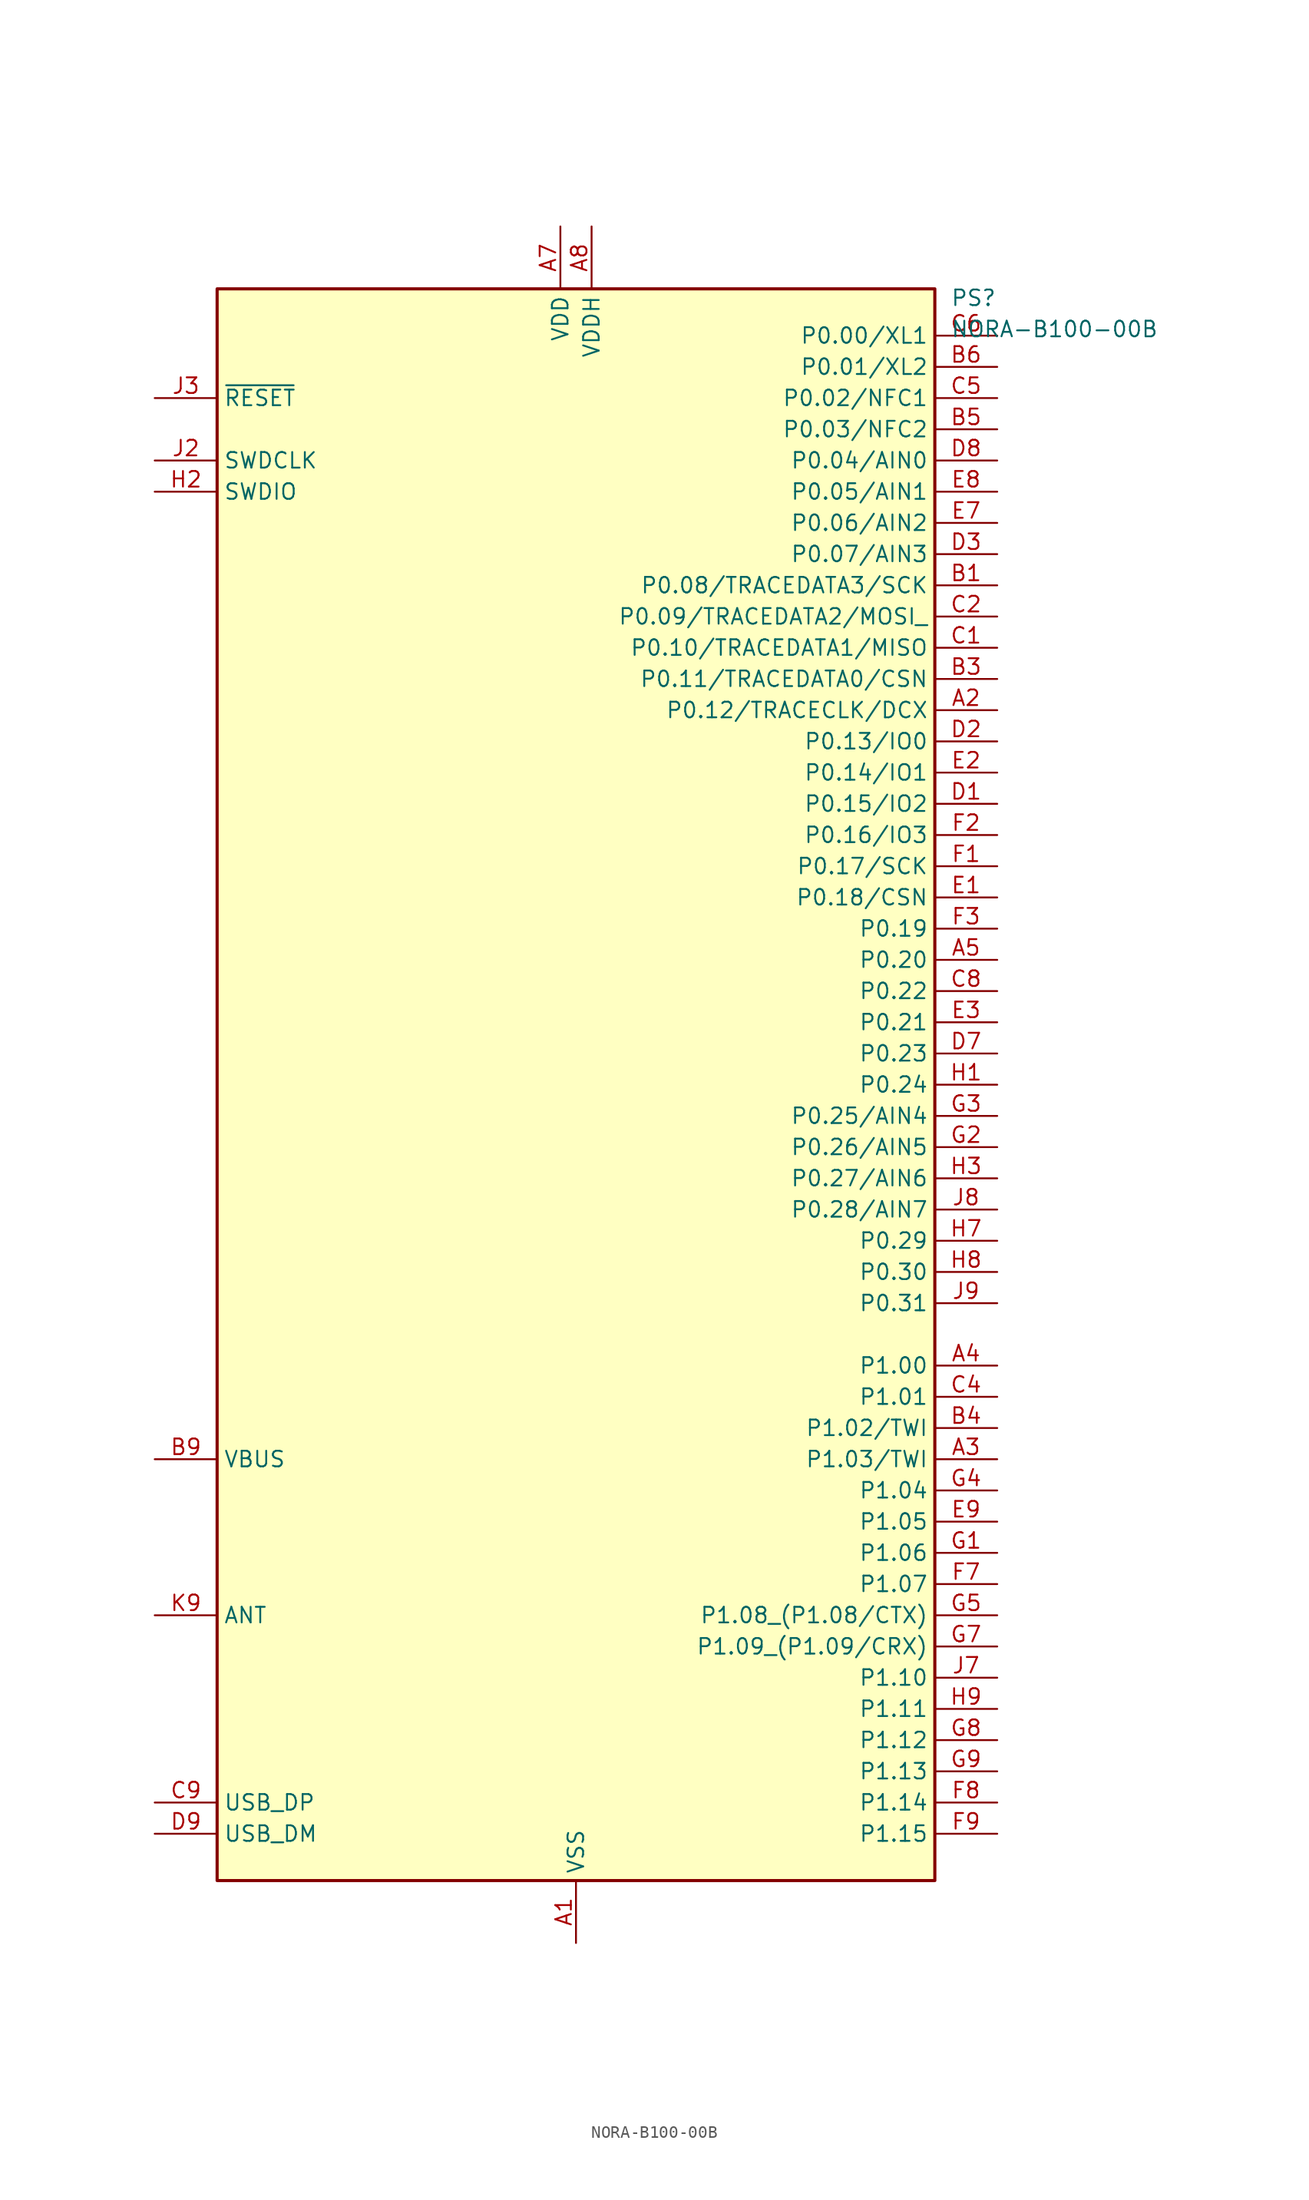
<source format=kicad_sym>
(kicad_symbol_lib
  (version 20241209)
  (generator "kicad_symbol_editor")
  (generator_version "9.0")
  (symbol "NORA-B100-00B"
    (property "Reference" "PS"
      (at 30.48 64.77 0)
      (effects (font (size 1.27 1.27)) (justify left top)))
    (property "Value" "NORA-B100-00B"
      (at 30.48 62.23 0)
      (effects (font (size 1.27 1.27)) (justify left top)))
    (symbol "NORA-B100-00B_1_1"
      (rectangle (start -29.21 64.77) (end 29.21 -64.77) (stroke (width 0.254) (type default)) (fill (type background)))
      (pin passive line (at -34.29 55.88 0) (length 5.08) (name "~{RESET}" (effects (font (size 1.27 1.27)))) (number "J3" (effects (font (size 1.27 1.27)))))
      (pin passive line (at -34.29 50.8 0) (length 5.08) (name "SWDCLK" (effects (font (size 1.27 1.27)))) (number "J2" (effects (font (size 1.27 1.27)))))
      (pin passive line (at -34.29 48.26 0) (length 5.08) (name "SWDIO" (effects (font (size 1.27 1.27)))) (number "H2" (effects (font (size 1.27 1.27)))))
      (pin passive line (at -34.29 -30.48 0) (length 5.08) (name "VBUS" (effects (font (size 1.27 1.27)))) (number "B9" (effects (font (size 1.27 1.27)))))
      (pin passive line (at -34.29 -43.18 0) (length 5.08) (name "ANT" (effects (font (size 1.27 1.27)))) (number "K9" (effects (font (size 1.27 1.27)))))
      (pin passive line (at -34.29 -58.42 0) (length 5.08) (name "USB_DP" (effects (font (size 1.27 1.27)))) (number "C9" (effects (font (size 1.27 1.27)))))
      (pin passive line (at -34.29 -60.96 0) (length 5.08) (name "USB_DM" (effects (font (size 1.27 1.27)))) (number "D9" (effects (font (size 1.27 1.27)))))
      (pin passive line (at -1.27 69.85 270) (length 5.08) (name "VDD" (effects (font (size 1.27 1.27)))) (number "A7" (effects (font (size 1.27 1.27)))))
      (pin passive line (at -1.27 69.85 270) (length 5.08) (hide yes) (name "VDD_2" (effects (font (size 1.27 1.27)))) (number "B7" (effects (font (size 1.27 1.27)))))
      (pin passive line (at 0 -69.85 90) (length 5.08) (name "VSS" (effects (font (size 1.27 1.27)))) (number "A1" (effects (font (size 1.27 1.27)))))
      (pin passive line (at 0 -69.85 90) (length 5.08) (hide yes) (name "VSS_2" (effects (font (size 1.27 1.27)))) (number "A9" (effects (font (size 1.27 1.27)))))
      (pin passive line (at 0 -69.85 90) (length 5.08) (hide yes) (name "VSS_3" (effects (font (size 1.27 1.27)))) (number "B2" (effects (font (size 1.27 1.27)))))
      (pin passive line (at 0 -69.85 90) (length 5.08) (hide yes) (name "VSS_4" (effects (font (size 1.27 1.27)))) (number "B8" (effects (font (size 1.27 1.27)))))
      (pin passive line (at 0 -69.85 90) (length 5.08) (hide yes) (name "VSS_5" (effects (font (size 1.27 1.27)))) (number "E4" (effects (font (size 1.27 1.27)))))
      (pin passive line (at 0 -69.85 90) (length 5.08) (hide yes) (name "VSS_6" (effects (font (size 1.27 1.27)))) (number "E5" (effects (font (size 1.27 1.27)))))
      (pin passive line (at 0 -69.85 90) (length 5.08) (hide yes) (name "VSS_7" (effects (font (size 1.27 1.27)))) (number "F4" (effects (font (size 1.27 1.27)))))
      (pin passive line (at 0 -69.85 90) (length 5.08) (hide yes) (name "VSS_8" (effects (font (size 1.27 1.27)))) (number "F5" (effects (font (size 1.27 1.27)))))
      (pin passive line (at 0 -69.85 90) (length 5.08) (hide yes) (name "VSS_9" (effects (font (size 1.27 1.27)))) (number "K2" (effects (font (size 1.27 1.27)))))
      (pin passive line (at 0 -69.85 90) (length 5.08) (hide yes) (name "VSS_10" (effects (font (size 1.27 1.27)))) (number "K3" (effects (font (size 1.27 1.27)))))
      (pin passive line (at 0 -69.85 90) (length 5.08) (hide yes) (name "VSS_11" (effects (font (size 1.27 1.27)))) (number "K5" (effects (font (size 1.27 1.27)))))
      (pin passive line (at 0 -69.85 90) (length 5.08) (hide yes) (name "VSS_12" (effects (font (size 1.27 1.27)))) (number "K7" (effects (font (size 1.27 1.27)))))
      (pin passive line (at 0 -69.85 90) (length 5.08) (hide yes) (name "VSS_13" (effects (font (size 1.27 1.27)))) (number "K8" (effects (font (size 1.27 1.27)))))
      (pin passive line (at 0 -69.85 90) (length 5.08) (hide yes) (name "VSS_14" (effects (font (size 1.27 1.27)))) (number "L1" (effects (font (size 1.27 1.27)))))
      (pin passive line (at 0 -69.85 90) (length 5.08) (hide yes) (name "VSS_15" (effects (font (size 1.27 1.27)))) (number "L9" (effects (font (size 1.27 1.27)))))
      (pin passive line (at 0 -69.85 90) (length 5.08) (hide yes) (name "VSS_16" (effects (font (size 1.27 1.27)))) (number "M1" (effects (font (size 1.27 1.27)))))
      (pin passive line (at 0 -69.85 90) (length 5.08) (hide yes) (name "VSS_17" (effects (font (size 1.27 1.27)))) (number "M2" (effects (font (size 1.27 1.27)))))
      (pin passive line (at 0 -69.85 90) (length 5.08) (hide yes) (name "VSS_18" (effects (font (size 1.27 1.27)))) (number "M8" (effects (font (size 1.27 1.27)))))
      (pin passive line (at 0 -69.85 90) (length 5.08) (hide yes) (name "VSS_19" (effects (font (size 1.27 1.27)))) (number "M9" (effects (font (size 1.27 1.27)))))
      (pin passive line (at 1.27 69.85 270) (length 5.08) (name "VDDH" (effects (font (size 1.27 1.27)))) (number "A8" (effects (font (size 1.27 1.27)))))
      (pin no_connect line (at 8.89 -69.85 90) (length 5.08) (hide yes) (name "N/C_4" (effects (font (size 1.27 1.27)))) (number "J5" (effects (font (size 1.27 1.27)))))
      (pin no_connect line (at 11.43 -69.85 90) (length 5.08) (hide yes) (name "N/C_3" (effects (font (size 1.27 1.27)))) (number "J4" (effects (font (size 1.27 1.27)))))
      (pin no_connect line (at 13.97 -69.85 90) (length 5.08) (hide yes) (name "N/C_2" (effects (font (size 1.27 1.27)))) (number "J1" (effects (font (size 1.27 1.27)))))
      (pin no_connect line (at 16.51 -69.85 90) (length 5.08) (hide yes) (name "N/C_1" (effects (font (size 1.27 1.27)))) (number "A6" (effects (font (size 1.27 1.27)))))
      (pin no_connect line (at 19.05 -69.85 90) (length 5.08) (hide yes) (name "N/C_5" (effects (font (size 1.27 1.27)))) (number "K1" (effects (font (size 1.27 1.27)))))
      (pin passive line (at 34.29 60.96 180) (length 5.08) (name "P0.00/XL1" (effects (font (size 1.27 1.27)))) (number "C6" (effects (font (size 1.27 1.27)))))
      (pin passive line (at 34.29 58.42 180) (length 5.08) (name "P0.01/XL2" (effects (font (size 1.27 1.27)))) (number "B6" (effects (font (size 1.27 1.27)))))
      (pin passive line (at 34.29 55.88 180) (length 5.08) (name "P0.02/NFC1" (effects (font (size 1.27 1.27)))) (number "C5" (effects (font (size 1.27 1.27)))))
      (pin passive line (at 34.29 53.34 180) (length 5.08) (name "P0.03/NFC2" (effects (font (size 1.27 1.27)))) (number "B5" (effects (font (size 1.27 1.27)))))
      (pin passive line (at 34.29 50.8 180) (length 5.08) (name "P0.04/AIN0" (effects (font (size 1.27 1.27)))) (number "D8" (effects (font (size 1.27 1.27)))))
      (pin passive line (at 34.29 48.26 180) (length 5.08) (name "P0.05/AIN1" (effects (font (size 1.27 1.27)))) (number "E8" (effects (font (size 1.27 1.27)))))
      (pin passive line (at 34.29 45.72 180) (length 5.08) (name "P0.06/AIN2" (effects (font (size 1.27 1.27)))) (number "E7" (effects (font (size 1.27 1.27)))))
      (pin passive line (at 34.29 43.18 180) (length 5.08) (name "P0.07/AIN3" (effects (font (size 1.27 1.27)))) (number "D3" (effects (font (size 1.27 1.27)))))
      (pin passive line (at 34.29 40.64 180) (length 5.08) (name "P0.08/TRACEDATA3/SCK" (effects (font (size 1.27 1.27)))) (number "B1" (effects (font (size 1.27 1.27)))))
      (pin passive line (at 34.29 38.1 180) (length 5.08) (name "P0.09/TRACEDATA2/MOSI_" (effects (font (size 1.27 1.27)))) (number "C2" (effects (font (size 1.27 1.27)))))
      (pin passive line (at 34.29 35.56 180) (length 5.08) (name "P0.10/TRACEDATA1/MISO" (effects (font (size 1.27 1.27)))) (number "C1" (effects (font (size 1.27 1.27)))))
      (pin passive line (at 34.29 33.02 180) (length 5.08) (name "P0.11/TRACEDATA0/CSN" (effects (font (size 1.27 1.27)))) (number "B3" (effects (font (size 1.27 1.27)))))
      (pin passive line (at 34.29 30.48 180) (length 5.08) (name "P0.12/TRACECLK/DCX" (effects (font (size 1.27 1.27)))) (number "A2" (effects (font (size 1.27 1.27)))))
      (pin passive line (at 34.29 27.94 180) (length 5.08) (name "P0.13/IO0" (effects (font (size 1.27 1.27)))) (number "D2" (effects (font (size 1.27 1.27)))))
      (pin passive line (at 34.29 25.4 180) (length 5.08) (name "P0.14/IO1" (effects (font (size 1.27 1.27)))) (number "E2" (effects (font (size 1.27 1.27)))))
      (pin passive line (at 34.29 22.86 180) (length 5.08) (name "P0.15/IO2" (effects (font (size 1.27 1.27)))) (number "D1" (effects (font (size 1.27 1.27)))))
      (pin passive line (at 34.29 20.32 180) (length 5.08) (name "P0.16/IO3" (effects (font (size 1.27 1.27)))) (number "F2" (effects (font (size 1.27 1.27)))))
      (pin passive line (at 34.29 17.78 180) (length 5.08) (name "P0.17/SCK" (effects (font (size 1.27 1.27)))) (number "F1" (effects (font (size 1.27 1.27)))))
      (pin passive line (at 34.29 15.24 180) (length 5.08) (name "P0.18/CSN" (effects (font (size 1.27 1.27)))) (number "E1" (effects (font (size 1.27 1.27)))))
      (pin passive line (at 34.29 12.7 180) (length 5.08) (name "P0.19" (effects (font (size 1.27 1.27)))) (number "F3" (effects (font (size 1.27 1.27)))))
      (pin passive line (at 34.29 10.16 180) (length 5.08) (name "P0.20" (effects (font (size 1.27 1.27)))) (number "A5" (effects (font (size 1.27 1.27)))))
      (pin passive line (at 34.29 7.62 180) (length 5.08) (name "P0.22" (effects (font (size 1.27 1.27)))) (number "C8" (effects (font (size 1.27 1.27)))))
      (pin passive line (at 34.29 5.08 180) (length 5.08) (name "P0.21" (effects (font (size 1.27 1.27)))) (number "E3" (effects (font (size 1.27 1.27)))))
      (pin passive line (at 34.29 2.54 180) (length 5.08) (name "P0.23" (effects (font (size 1.27 1.27)))) (number "D7" (effects (font (size 1.27 1.27)))))
      (pin passive line (at 34.29 0 180) (length 5.08) (name "P0.24" (effects (font (size 1.27 1.27)))) (number "H1" (effects (font (size 1.27 1.27)))))
      (pin passive line (at 34.29 -2.54 180) (length 5.08) (name "P0.25/AIN4" (effects (font (size 1.27 1.27)))) (number "G3" (effects (font (size 1.27 1.27)))))
      (pin passive line (at 34.29 -5.08 180) (length 5.08) (name "P0.26/AIN5" (effects (font (size 1.27 1.27)))) (number "G2" (effects (font (size 1.27 1.27)))))
      (pin passive line (at 34.29 -7.62 180) (length 5.08) (name "P0.27/AIN6" (effects (font (size 1.27 1.27)))) (number "H3" (effects (font (size 1.27 1.27)))))
      (pin passive line (at 34.29 -10.16 180) (length 5.08) (name "P0.28/AIN7" (effects (font (size 1.27 1.27)))) (number "J8" (effects (font (size 1.27 1.27)))))
      (pin passive line (at 34.29 -12.7 180) (length 5.08) (name "P0.29" (effects (font (size 1.27 1.27)))) (number "H7" (effects (font (size 1.27 1.27)))))
      (pin passive line (at 34.29 -15.24 180) (length 5.08) (name "P0.30" (effects (font (size 1.27 1.27)))) (number "H8" (effects (font (size 1.27 1.27)))))
      (pin passive line (at 34.29 -17.78 180) (length 5.08) (name "P0.31" (effects (font (size 1.27 1.27)))) (number "J9" (effects (font (size 1.27 1.27)))))
      (pin passive line (at 34.29 -22.86 180) (length 5.08) (name "P1.00" (effects (font (size 1.27 1.27)))) (number "A4" (effects (font (size 1.27 1.27)))))
      (pin passive line (at 34.29 -25.4 180) (length 5.08) (name "P1.01" (effects (font (size 1.27 1.27)))) (number "C4" (effects (font (size 1.27 1.27)))))
      (pin passive line (at 34.29 -27.94 180) (length 5.08) (name "P1.02/TWI" (effects (font (size 1.27 1.27)))) (number "B4" (effects (font (size 1.27 1.27)))))
      (pin passive line (at 34.29 -30.48 180) (length 5.08) (name "P1.03/TWI" (effects (font (size 1.27 1.27)))) (number "A3" (effects (font (size 1.27 1.27)))))
      (pin passive line (at 34.29 -33.02 180) (length 5.08) (name "P1.04" (effects (font (size 1.27 1.27)))) (number "G4" (effects (font (size 1.27 1.27)))))
      (pin passive line (at 34.29 -35.56 180) (length 5.08) (name "P1.05" (effects (font (size 1.27 1.27)))) (number "E9" (effects (font (size 1.27 1.27)))))
      (pin passive line (at 34.29 -38.1 180) (length 5.08) (name "P1.06" (effects (font (size 1.27 1.27)))) (number "G1" (effects (font (size 1.27 1.27)))))
      (pin passive line (at 34.29 -40.64 180) (length 5.08) (name "P1.07" (effects (font (size 1.27 1.27)))) (number "F7" (effects (font (size 1.27 1.27)))))
      (pin passive line (at 34.29 -43.18 180) (length 5.08) (name "P1.08_(P1.08/CTX)" (effects (font (size 1.27 1.27)))) (number "G5" (effects (font (size 1.27 1.27)))))
      (pin passive line (at 34.29 -45.72 180) (length 5.08) (name "P1.09_(P1.09/CRX)" (effects (font (size 1.27 1.27)))) (number "G7" (effects (font (size 1.27 1.27)))))
      (pin passive line (at 34.29 -48.26 180) (length 5.08) (name "P1.10" (effects (font (size 1.27 1.27)))) (number "J7" (effects (font (size 1.27 1.27)))))
      (pin passive line (at 34.29 -50.8 180) (length 5.08) (name "P1.11" (effects (font (size 1.27 1.27)))) (number "H9" (effects (font (size 1.27 1.27)))))
      (pin passive line (at 34.29 -53.34 180) (length 5.08) (name "P1.12" (effects (font (size 1.27 1.27)))) (number "G8" (effects (font (size 1.27 1.27)))))
      (pin passive line (at 34.29 -55.88 180) (length 5.08) (name "P1.13" (effects (font (size 1.27 1.27)))) (number "G9" (effects (font (size 1.27 1.27)))))
      (pin passive line (at 34.29 -58.42 180) (length 5.08) (name "P1.14" (effects (font (size 1.27 1.27)))) (number "F8" (effects (font (size 1.27 1.27)))))
      (pin passive line (at 34.29 -60.96 180) (length 5.08) (name "P1.15" (effects (font (size 1.27 1.27)))) (number "F9" (effects (font (size 1.27 1.27))))))))
</source>
